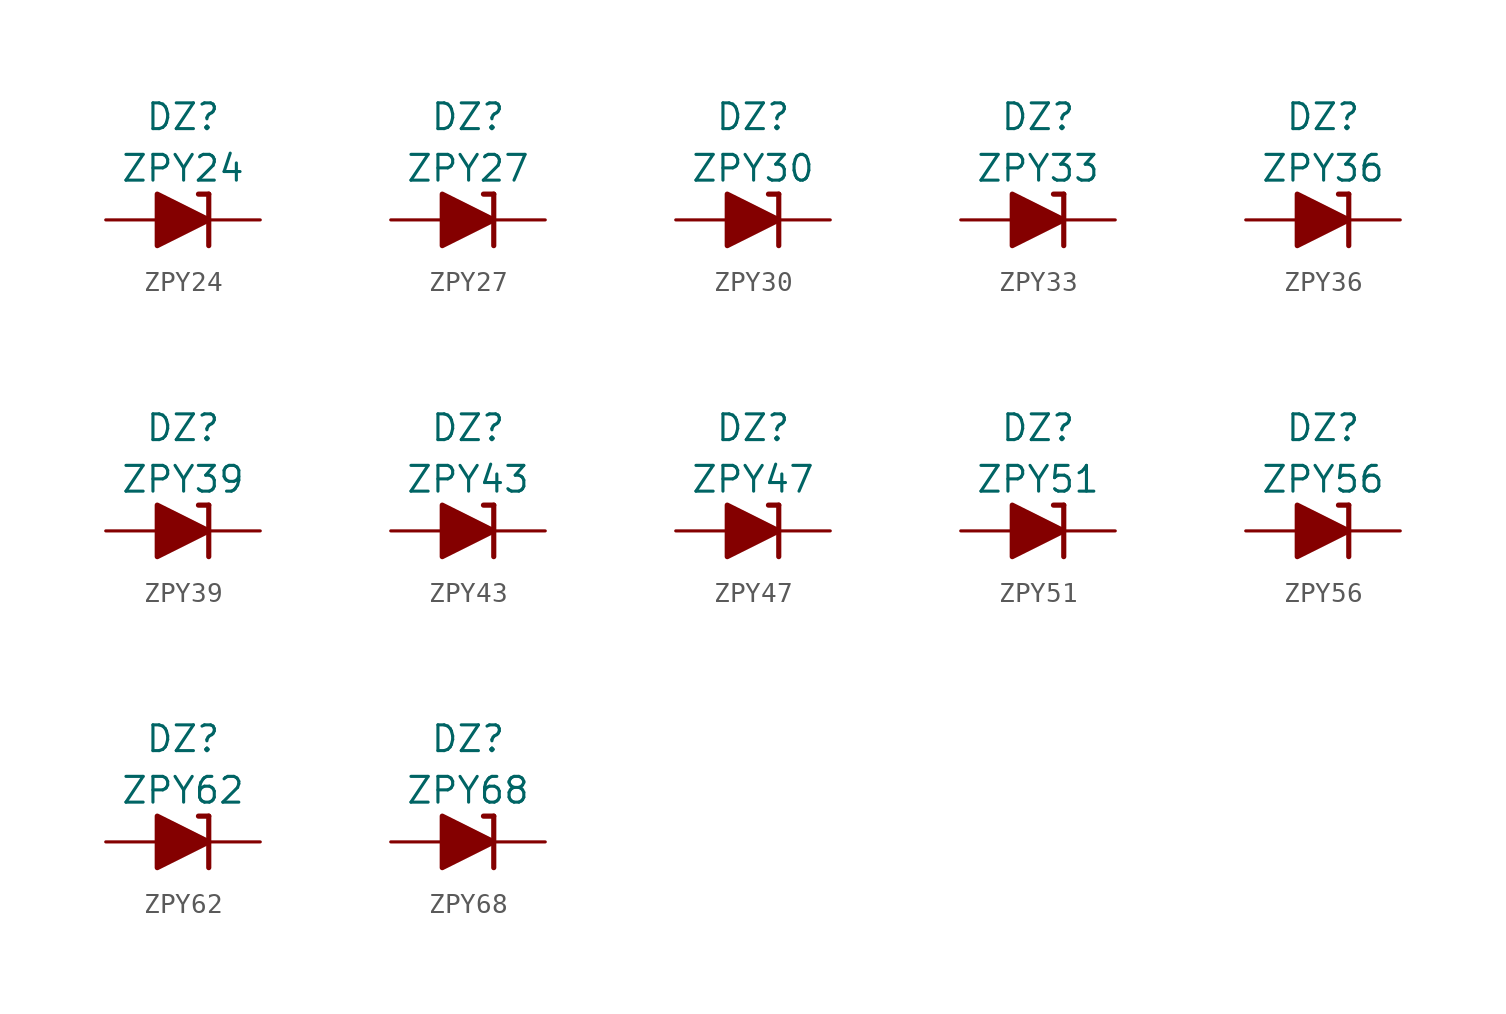
<source format=kicad_sym>
(kicad_symbol_lib
  (version 20211014)
  (generator kicad_symbol_editor)
  (symbol "ZPY24"
    (pin_numbers hide)
    (pin_names
      (offset 1.016) hide)
    (property "Reference" "DZ"
      (at 0 5.08 0)
      (effects (font (size 1.27 1.27))))
    (property "Value" "ZPY24"
      (at 0 2.54 0)
      (effects (font (size 1.27 1.27))))
    (symbol "ZPY24_0_1"
      (polyline (pts (xy -1.27 0) (xy 1.27 0)) (stroke (width 0) (type default) (color 0 0 0 0)) (fill (type none)))
      (polyline (pts (xy 1.27 1.27) (xy 0.762 1.27)) (stroke (width 0.254) (type default) (color 0 0 0 0)) (fill (type none)))
      (polyline (pts (xy 1.27 1.27) (xy 1.27 -1.27)) (stroke (width 0.254) (type default) (color 0 0 0 0)) (fill (type none)))
      (polyline (pts (xy -1.27 -1.27) (xy -1.27 1.27) (xy 1.27 0) (xy -1.27 -1.27)) (stroke (width 0.254) (type default) (color 0 0 0 0)) (fill (type outline))))
    (symbol "ZPY24_1_1"
      (pin passive line (at 3.81 0 180) (length 2.54) (name "K" (effects (font (size 1.27 1.27)))) (number "1" (effects (font (size 1.27 1.27)))))
      (pin passive line (at -3.81 0 0) (length 2.54) (name "A" (effects (font (size 1.27 1.27)))) (number "2" (effects (font (size 1.27 1.27)))))))
  (symbol "ZPY27"
    (pin_numbers hide)
    (pin_names
      (offset 1.016) hide)
    (property "Reference" "DZ"
      (at 0 5.08 0)
      (effects (font (size 1.27 1.27))))
    (property "Value" "ZPY27"
      (at 0 2.54 0)
      (effects (font (size 1.27 1.27))))
    (symbol "ZPY27_0_1"
      (polyline (pts (xy -1.27 0) (xy 1.27 0)) (stroke (width 0) (type default) (color 0 0 0 0)) (fill (type none)))
      (polyline (pts (xy 1.27 1.27) (xy 0.762 1.27)) (stroke (width 0.254) (type default) (color 0 0 0 0)) (fill (type none)))
      (polyline (pts (xy 1.27 1.27) (xy 1.27 -1.27)) (stroke (width 0.254) (type default) (color 0 0 0 0)) (fill (type none)))
      (polyline (pts (xy -1.27 -1.27) (xy -1.27 1.27) (xy 1.27 0) (xy -1.27 -1.27)) (stroke (width 0.254) (type default) (color 0 0 0 0)) (fill (type outline))))
    (symbol "ZPY27_1_1"
      (pin passive line (at 3.81 0 180) (length 2.54) (name "K" (effects (font (size 1.27 1.27)))) (number "1" (effects (font (size 1.27 1.27)))))
      (pin passive line (at -3.81 0 0) (length 2.54) (name "A" (effects (font (size 1.27 1.27)))) (number "2" (effects (font (size 1.27 1.27)))))))
  (symbol "ZPY30"
    (pin_numbers hide)
    (pin_names
      (offset 1.016) hide)
    (property "Reference" "DZ"
      (at 0 5.08 0)
      (effects (font (size 1.27 1.27))))
    (property "Value" "ZPY30"
      (at 0 2.54 0)
      (effects (font (size 1.27 1.27))))
    (symbol "ZPY30_0_1"
      (polyline (pts (xy -1.27 0) (xy 1.27 0)) (stroke (width 0) (type default) (color 0 0 0 0)) (fill (type none)))
      (polyline (pts (xy 1.27 1.27) (xy 0.762 1.27)) (stroke (width 0.254) (type default) (color 0 0 0 0)) (fill (type none)))
      (polyline (pts (xy 1.27 1.27) (xy 1.27 -1.27)) (stroke (width 0.254) (type default) (color 0 0 0 0)) (fill (type none)))
      (polyline (pts (xy -1.27 -1.27) (xy -1.27 1.27) (xy 1.27 0) (xy -1.27 -1.27)) (stroke (width 0.254) (type default) (color 0 0 0 0)) (fill (type outline))))
    (symbol "ZPY30_1_1"
      (pin passive line (at 3.81 0 180) (length 2.54) (name "K" (effects (font (size 1.27 1.27)))) (number "1" (effects (font (size 1.27 1.27)))))
      (pin passive line (at -3.81 0 0) (length 2.54) (name "A" (effects (font (size 1.27 1.27)))) (number "2" (effects (font (size 1.27 1.27)))))))
  (symbol "ZPY33"
    (pin_numbers hide)
    (pin_names
      (offset 1.016) hide)
    (property "Reference" "DZ"
      (at 0 5.08 0)
      (effects (font (size 1.27 1.27))))
    (property "Value" "ZPY33"
      (at 0 2.54 0)
      (effects (font (size 1.27 1.27))))
    (symbol "ZPY33_0_1"
      (polyline (pts (xy -1.27 0) (xy 1.27 0)) (stroke (width 0) (type default) (color 0 0 0 0)) (fill (type none)))
      (polyline (pts (xy 1.27 1.27) (xy 0.762 1.27)) (stroke (width 0.254) (type default) (color 0 0 0 0)) (fill (type none)))
      (polyline (pts (xy 1.27 1.27) (xy 1.27 -1.27)) (stroke (width 0.254) (type default) (color 0 0 0 0)) (fill (type none)))
      (polyline (pts (xy -1.27 -1.27) (xy -1.27 1.27) (xy 1.27 0) (xy -1.27 -1.27)) (stroke (width 0.254) (type default) (color 0 0 0 0)) (fill (type outline))))
    (symbol "ZPY33_1_1"
      (pin passive line (at 3.81 0 180) (length 2.54) (name "K" (effects (font (size 1.27 1.27)))) (number "1" (effects (font (size 1.27 1.27)))))
      (pin passive line (at -3.81 0 0) (length 2.54) (name "A" (effects (font (size 1.27 1.27)))) (number "2" (effects (font (size 1.27 1.27)))))))
  (symbol "ZPY36"
    (pin_numbers hide)
    (pin_names
      (offset 1.016) hide)
    (property "Reference" "DZ"
      (at 0 5.08 0)
      (effects (font (size 1.27 1.27))))
    (property "Value" "ZPY36"
      (at 0 2.54 0)
      (effects (font (size 1.27 1.27))))
    (symbol "ZPY36_0_1"
      (polyline (pts (xy -1.27 0) (xy 1.27 0)) (stroke (width 0) (type default) (color 0 0 0 0)) (fill (type none)))
      (polyline (pts (xy 1.27 1.27) (xy 0.762 1.27)) (stroke (width 0.254) (type default) (color 0 0 0 0)) (fill (type none)))
      (polyline (pts (xy 1.27 1.27) (xy 1.27 -1.27)) (stroke (width 0.254) (type default) (color 0 0 0 0)) (fill (type none)))
      (polyline (pts (xy -1.27 -1.27) (xy -1.27 1.27) (xy 1.27 0) (xy -1.27 -1.27)) (stroke (width 0.254) (type default) (color 0 0 0 0)) (fill (type outline))))
    (symbol "ZPY36_1_1"
      (pin passive line (at 3.81 0 180) (length 2.54) (name "K" (effects (font (size 1.27 1.27)))) (number "1" (effects (font (size 1.27 1.27)))))
      (pin passive line (at -3.81 0 0) (length 2.54) (name "A" (effects (font (size 1.27 1.27)))) (number "2" (effects (font (size 1.27 1.27)))))))
  (symbol "ZPY39"
    (pin_numbers hide)
    (pin_names
      (offset 1.016) hide)
    (property "Reference" "DZ"
      (at 0 5.08 0)
      (effects (font (size 1.27 1.27))))
    (property "Value" "ZPY39"
      (at 0 2.54 0)
      (effects (font (size 1.27 1.27))))
    (symbol "ZPY39_0_1"
      (polyline (pts (xy -1.27 0) (xy 1.27 0)) (stroke (width 0) (type default) (color 0 0 0 0)) (fill (type none)))
      (polyline (pts (xy 1.27 1.27) (xy 0.762 1.27)) (stroke (width 0.254) (type default) (color 0 0 0 0)) (fill (type none)))
      (polyline (pts (xy 1.27 1.27) (xy 1.27 -1.27)) (stroke (width 0.254) (type default) (color 0 0 0 0)) (fill (type none)))
      (polyline (pts (xy -1.27 -1.27) (xy -1.27 1.27) (xy 1.27 0) (xy -1.27 -1.27)) (stroke (width 0.254) (type default) (color 0 0 0 0)) (fill (type outline))))
    (symbol "ZPY39_1_1"
      (pin passive line (at 3.81 0 180) (length 2.54) (name "K" (effects (font (size 1.27 1.27)))) (number "1" (effects (font (size 1.27 1.27)))))
      (pin passive line (at -3.81 0 0) (length 2.54) (name "A" (effects (font (size 1.27 1.27)))) (number "2" (effects (font (size 1.27 1.27)))))))
  (symbol "ZPY43"
    (pin_numbers hide)
    (pin_names
      (offset 1.016) hide)
    (property "Reference" "DZ"
      (at 0 5.08 0)
      (effects (font (size 1.27 1.27))))
    (property "Value" "ZPY43"
      (at 0 2.54 0)
      (effects (font (size 1.27 1.27))))
    (symbol "ZPY43_0_1"
      (polyline (pts (xy -1.27 0) (xy 1.27 0)) (stroke (width 0) (type default) (color 0 0 0 0)) (fill (type none)))
      (polyline (pts (xy 1.27 1.27) (xy 0.762 1.27)) (stroke (width 0.254) (type default) (color 0 0 0 0)) (fill (type none)))
      (polyline (pts (xy 1.27 1.27) (xy 1.27 -1.27)) (stroke (width 0.254) (type default) (color 0 0 0 0)) (fill (type none)))
      (polyline (pts (xy -1.27 -1.27) (xy -1.27 1.27) (xy 1.27 0) (xy -1.27 -1.27)) (stroke (width 0.254) (type default) (color 0 0 0 0)) (fill (type outline))))
    (symbol "ZPY43_1_1"
      (pin passive line (at 3.81 0 180) (length 2.54) (name "K" (effects (font (size 1.27 1.27)))) (number "1" (effects (font (size 1.27 1.27)))))
      (pin passive line (at -3.81 0 0) (length 2.54) (name "A" (effects (font (size 1.27 1.27)))) (number "2" (effects (font (size 1.27 1.27)))))))
  (symbol "ZPY47"
    (pin_numbers hide)
    (pin_names
      (offset 1.016) hide)
    (property "Reference" "DZ"
      (at 0 5.08 0)
      (effects (font (size 1.27 1.27))))
    (property "Value" "ZPY47"
      (at 0 2.54 0)
      (effects (font (size 1.27 1.27))))
    (symbol "ZPY47_0_1"
      (polyline (pts (xy -1.27 0) (xy 1.27 0)) (stroke (width 0) (type default) (color 0 0 0 0)) (fill (type none)))
      (polyline (pts (xy 1.27 1.27) (xy 0.762 1.27)) (stroke (width 0.254) (type default) (color 0 0 0 0)) (fill (type none)))
      (polyline (pts (xy 1.27 1.27) (xy 1.27 -1.27)) (stroke (width 0.254) (type default) (color 0 0 0 0)) (fill (type none)))
      (polyline (pts (xy -1.27 -1.27) (xy -1.27 1.27) (xy 1.27 0) (xy -1.27 -1.27)) (stroke (width 0.254) (type default) (color 0 0 0 0)) (fill (type outline))))
    (symbol "ZPY47_1_1"
      (pin passive line (at 3.81 0 180) (length 2.54) (name "K" (effects (font (size 1.27 1.27)))) (number "1" (effects (font (size 1.27 1.27)))))
      (pin passive line (at -3.81 0 0) (length 2.54) (name "A" (effects (font (size 1.27 1.27)))) (number "2" (effects (font (size 1.27 1.27)))))))
  (symbol "ZPY51"
    (pin_numbers hide)
    (pin_names
      (offset 1.016) hide)
    (property "Reference" "DZ"
      (at 0 5.08 0)
      (effects (font (size 1.27 1.27))))
    (property "Value" "ZPY51"
      (at 0 2.54 0)
      (effects (font (size 1.27 1.27))))
    (symbol "ZPY51_0_1"
      (polyline (pts (xy -1.27 0) (xy 1.27 0)) (stroke (width 0) (type default) (color 0 0 0 0)) (fill (type none)))
      (polyline (pts (xy 1.27 1.27) (xy 0.762 1.27)) (stroke (width 0.254) (type default) (color 0 0 0 0)) (fill (type none)))
      (polyline (pts (xy 1.27 1.27) (xy 1.27 -1.27)) (stroke (width 0.254) (type default) (color 0 0 0 0)) (fill (type none)))
      (polyline (pts (xy -1.27 -1.27) (xy -1.27 1.27) (xy 1.27 0) (xy -1.27 -1.27)) (stroke (width 0.254) (type default) (color 0 0 0 0)) (fill (type outline))))
    (symbol "ZPY51_1_1"
      (pin passive line (at 3.81 0 180) (length 2.54) (name "K" (effects (font (size 1.27 1.27)))) (number "1" (effects (font (size 1.27 1.27)))))
      (pin passive line (at -3.81 0 0) (length 2.54) (name "A" (effects (font (size 1.27 1.27)))) (number "2" (effects (font (size 1.27 1.27)))))))
  (symbol "ZPY56"
    (pin_numbers hide)
    (pin_names
      (offset 1.016) hide)
    (property "Reference" "DZ"
      (at 0 5.08 0)
      (effects (font (size 1.27 1.27))))
    (property "Value" "ZPY56"
      (at 0 2.54 0)
      (effects (font (size 1.27 1.27))))
    (symbol "ZPY56_0_1"
      (polyline (pts (xy -1.27 0) (xy 1.27 0)) (stroke (width 0) (type default) (color 0 0 0 0)) (fill (type none)))
      (polyline (pts (xy 1.27 1.27) (xy 0.762 1.27)) (stroke (width 0.254) (type default) (color 0 0 0 0)) (fill (type none)))
      (polyline (pts (xy 1.27 1.27) (xy 1.27 -1.27)) (stroke (width 0.254) (type default) (color 0 0 0 0)) (fill (type none)))
      (polyline (pts (xy -1.27 -1.27) (xy -1.27 1.27) (xy 1.27 0) (xy -1.27 -1.27)) (stroke (width 0.254) (type default) (color 0 0 0 0)) (fill (type outline))))
    (symbol "ZPY56_1_1"
      (pin passive line (at 3.81 0 180) (length 2.54) (name "K" (effects (font (size 1.27 1.27)))) (number "1" (effects (font (size 1.27 1.27)))))
      (pin passive line (at -3.81 0 0) (length 2.54) (name "A" (effects (font (size 1.27 1.27)))) (number "2" (effects (font (size 1.27 1.27)))))))
  (symbol "ZPY62"
    (pin_numbers hide)
    (pin_names
      (offset 1.016) hide)
    (property "Reference" "DZ"
      (at 0 5.08 0)
      (effects (font (size 1.27 1.27))))
    (property "Value" "ZPY62"
      (at 0 2.54 0)
      (effects (font (size 1.27 1.27))))
    (symbol "ZPY62_0_1"
      (polyline (pts (xy -1.27 0) (xy 1.27 0)) (stroke (width 0) (type default) (color 0 0 0 0)) (fill (type none)))
      (polyline (pts (xy 1.27 1.27) (xy 0.762 1.27)) (stroke (width 0.254) (type default) (color 0 0 0 0)) (fill (type none)))
      (polyline (pts (xy 1.27 1.27) (xy 1.27 -1.27)) (stroke (width 0.254) (type default) (color 0 0 0 0)) (fill (type none)))
      (polyline (pts (xy -1.27 -1.27) (xy -1.27 1.27) (xy 1.27 0) (xy -1.27 -1.27)) (stroke (width 0.254) (type default) (color 0 0 0 0)) (fill (type outline))))
    (symbol "ZPY62_1_1"
      (pin passive line (at 3.81 0 180) (length 2.54) (name "K" (effects (font (size 1.27 1.27)))) (number "1" (effects (font (size 1.27 1.27)))))
      (pin passive line (at -3.81 0 0) (length 2.54) (name "A" (effects (font (size 1.27 1.27)))) (number "2" (effects (font (size 1.27 1.27)))))))
  (symbol "ZPY68"
    (pin_numbers hide)
    (pin_names
      (offset 1.016) hide)
    (property "Reference" "DZ"
      (at 0 5.08 0)
      (effects (font (size 1.27 1.27))))
    (property "Value" "ZPY68"
      (at 0 2.54 0)
      (effects (font (size 1.27 1.27))))
    (symbol "ZPY68_0_1"
      (polyline (pts (xy -1.27 0) (xy 1.27 0)) (stroke (width 0) (type default) (color 0 0 0 0)) (fill (type none)))
      (polyline (pts (xy 1.27 1.27) (xy 0.762 1.27)) (stroke (width 0.254) (type default) (color 0 0 0 0)) (fill (type none)))
      (polyline (pts (xy 1.27 1.27) (xy 1.27 -1.27)) (stroke (width 0.254) (type default) (color 0 0 0 0)) (fill (type none)))
      (polyline (pts (xy -1.27 -1.27) (xy -1.27 1.27) (xy 1.27 0) (xy -1.27 -1.27)) (stroke (width 0.254) (type default) (color 0 0 0 0)) (fill (type outline))))
    (symbol "ZPY68_1_1"
      (pin passive line (at 3.81 0 180) (length 2.54) (name "K" (effects (font (size 1.27 1.27)))) (number "1" (effects (font (size 1.27 1.27)))))
      (pin passive line (at -3.81 0 0) (length 2.54) (name "A" (effects (font (size 1.27 1.27)))) (number "2" (effects (font (size 1.27 1.27))))))))
</source>
